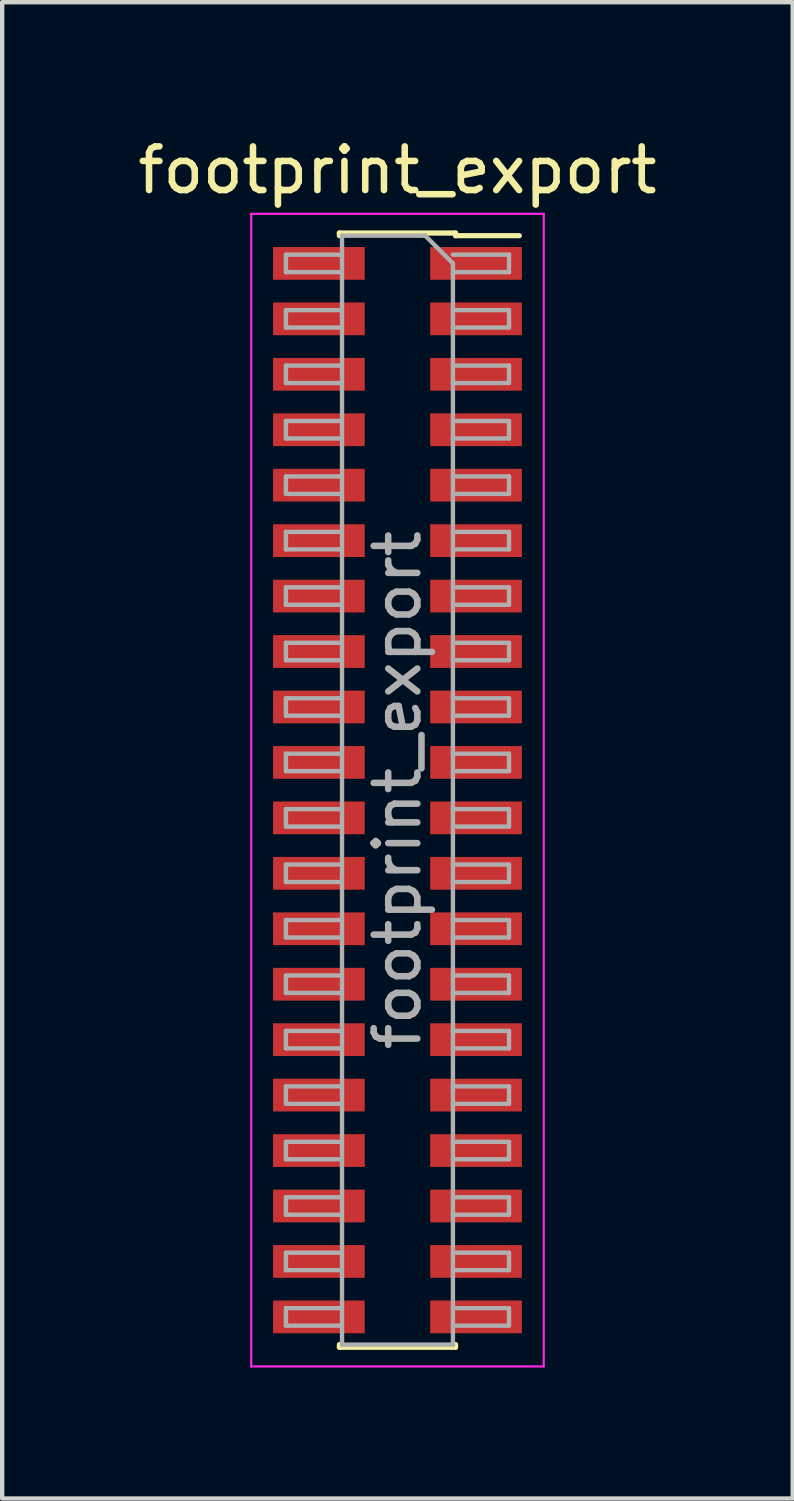
<source format=kicad_pcb>
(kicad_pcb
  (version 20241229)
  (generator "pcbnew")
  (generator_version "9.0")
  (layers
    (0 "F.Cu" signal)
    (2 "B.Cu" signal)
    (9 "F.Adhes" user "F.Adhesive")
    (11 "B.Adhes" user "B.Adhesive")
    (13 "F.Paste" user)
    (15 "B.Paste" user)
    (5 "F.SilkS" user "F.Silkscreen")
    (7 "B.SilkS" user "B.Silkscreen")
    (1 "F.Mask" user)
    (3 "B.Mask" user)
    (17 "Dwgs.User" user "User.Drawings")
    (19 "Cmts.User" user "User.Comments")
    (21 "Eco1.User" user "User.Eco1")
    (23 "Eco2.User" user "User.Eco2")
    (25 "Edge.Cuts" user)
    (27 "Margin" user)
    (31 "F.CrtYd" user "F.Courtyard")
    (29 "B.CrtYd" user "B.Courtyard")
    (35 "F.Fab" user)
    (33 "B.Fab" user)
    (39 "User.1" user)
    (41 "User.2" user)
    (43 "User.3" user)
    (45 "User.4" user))
  (footprint "footprint_export"
    (layer "F.Cu")
    (at 6.054 15.048)
    (property "Reference" "footprint_export" (at 0 -14.2 0) (layer "F.SilkS") (effects (font (size 1 1) (thickness 0.15))))
    (attr smd)
    (fp_line (start -1.33 -12.76) (end -1.33 -12.7) (stroke (width 0.12) (type solid)) (layer "F.SilkS"))
    (fp_line (start -1.33 -12.76) (end 1.33 -12.76) (stroke (width 0.12) (type solid)) (layer "F.SilkS"))
    (fp_line (start -1.33 12.7) (end -1.33 12.76) (stroke (width 0.12) (type solid)) (layer "F.SilkS"))
    (fp_line (start -1.33 12.76) (end 1.33 12.76) (stroke (width 0.12) (type solid)) (layer "F.SilkS"))
    (fp_line (start 1.33 -12.76) (end 1.33 -12.7) (stroke (width 0.12) (type solid)) (layer "F.SilkS"))
    (fp_line (start 1.33 -12.7) (end 2.79 -12.7) (stroke (width 0.12) (type solid)) (layer "F.SilkS"))
    (fp_line (start 1.33 12.7) (end 1.33 12.76) (stroke (width 0.12) (type solid)) (layer "F.SilkS"))
    (fp_line (start -3.35 -13.2) (end 3.35 -13.2) (stroke (width 0.05) (type solid)) (layer "F.CrtYd"))
    (fp_line (start -3.35 13.2) (end -3.35 -13.2) (stroke (width 0.05) (type solid)) (layer "F.CrtYd"))
    (fp_line (start 3.35 -13.2) (end 3.35 13.2) (stroke (width 0.05) (type solid)) (layer "F.CrtYd"))
    (fp_line (start 3.35 13.2) (end -3.35 13.2) (stroke (width 0.05) (type solid)) (layer "F.CrtYd"))
    (fp_line (start -2.555 -12.265) (end -1.27 -12.265) (stroke (width 0.1) (type solid)) (layer "F.Fab"))
    (fp_line (start -2.555 -11.865) (end -2.555 -12.265) (stroke (width 0.1) (type solid)) (layer "F.Fab"))
    (fp_line (start -2.555 -10.995) (end -1.27 -10.995) (stroke (width 0.1) (type solid)) (layer "F.Fab"))
    (fp_line (start -2.555 -10.595) (end -2.555 -10.995) (stroke (width 0.1) (type solid)) (layer "F.Fab"))
    (fp_line (start -2.555 -9.725) (end -1.27 -9.725) (stroke (width 0.1) (type solid)) (layer "F.Fab"))
    (fp_line (start -2.555 -9.325) (end -2.555 -9.725) (stroke (width 0.1) (type solid)) (layer "F.Fab"))
    (fp_line (start -2.555 -8.455) (end -1.27 -8.455) (stroke (width 0.1) (type solid)) (layer "F.Fab"))
    (fp_line (start -2.555 -8.055) (end -2.555 -8.455) (stroke (width 0.1) (type solid)) (layer "F.Fab"))
    (fp_line (start -2.555 -7.185) (end -1.27 -7.185) (stroke (width 0.1) (type solid)) (layer "F.Fab"))
    (fp_line (start -2.555 -6.785) (end -2.555 -7.185) (stroke (width 0.1) (type solid)) (layer "F.Fab"))
    (fp_line (start -2.555 -5.915) (end -1.27 -5.915) (stroke (width 0.1) (type solid)) (layer "F.Fab"))
    (fp_line (start -2.555 -5.515) (end -2.555 -5.915) (stroke (width 0.1) (type solid)) (layer "F.Fab"))
    (fp_line (start -2.555 -4.645) (end -1.27 -4.645) (stroke (width 0.1) (type solid)) (layer "F.Fab"))
    (fp_line (start -2.555 -4.245) (end -2.555 -4.645) (stroke (width 0.1) (type solid)) (layer "F.Fab"))
    (fp_line (start -2.555 -3.375) (end -1.27 -3.375) (stroke (width 0.1) (type solid)) (layer "F.Fab"))
    (fp_line (start -2.555 -2.975) (end -2.555 -3.375) (stroke (width 0.1) (type solid)) (layer "F.Fab"))
    (fp_line (start -2.555 -2.105) (end -1.27 -2.105) (stroke (width 0.1) (type solid)) (layer "F.Fab"))
    (fp_line (start -2.555 -1.705) (end -2.555 -2.105) (stroke (width 0.1) (type solid)) (layer "F.Fab"))
    (fp_line (start -2.555 -0.835) (end -1.27 -0.835) (stroke (width 0.1) (type solid)) (layer "F.Fab"))
    (fp_line (start -2.555 -0.435) (end -2.555 -0.835) (stroke (width 0.1) (type solid)) (layer "F.Fab"))
    (fp_line (start -2.555 0.435) (end -1.27 0.435) (stroke (width 0.1) (type solid)) (layer "F.Fab"))
    (fp_line (start -2.555 0.835) (end -2.555 0.435) (stroke (width 0.1) (type solid)) (layer "F.Fab"))
    (fp_line (start -2.555 1.705) (end -1.27 1.705) (stroke (width 0.1) (type solid)) (layer "F.Fab"))
    (fp_line (start -2.555 2.105) (end -2.555 1.705) (stroke (width 0.1) (type solid)) (layer "F.Fab"))
    (fp_line (start -2.555 2.975) (end -1.27 2.975) (stroke (width 0.1) (type solid)) (layer "F.Fab"))
    (fp_line (start -2.555 3.375) (end -2.555 2.975) (stroke (width 0.1) (type solid)) (layer "F.Fab"))
    (fp_line (start -2.555 4.245) (end -1.27 4.245) (stroke (width 0.1) (type solid)) (layer "F.Fab"))
    (fp_line (start -2.555 4.645) (end -2.555 4.245) (stroke (width 0.1) (type solid)) (layer "F.Fab"))
    (fp_line (start -2.555 5.515) (end -1.27 5.515) (stroke (width 0.1) (type solid)) (layer "F.Fab"))
    (fp_line (start -2.555 5.915) (end -2.555 5.515) (stroke (width 0.1) (type solid)) (layer "F.Fab"))
    (fp_line (start -2.555 6.785) (end -1.27 6.785) (stroke (width 0.1) (type solid)) (layer "F.Fab"))
    (fp_line (start -2.555 7.185) (end -2.555 6.785) (stroke (width 0.1) (type solid)) (layer "F.Fab"))
    (fp_line (start -2.555 8.055) (end -1.27 8.055) (stroke (width 0.1) (type solid)) (layer "F.Fab"))
    (fp_line (start -2.555 8.455) (end -2.555 8.055) (stroke (width 0.1) (type solid)) (layer "F.Fab"))
    (fp_line (start -2.555 9.325) (end -1.27 9.325) (stroke (width 0.1) (type solid)) (layer "F.Fab"))
    (fp_line (start -2.555 9.725) (end -2.555 9.325) (stroke (width 0.1) (type solid)) (layer "F.Fab"))
    (fp_line (start -2.555 10.595) (end -1.27 10.595) (stroke (width 0.1) (type solid)) (layer "F.Fab"))
    (fp_line (start -2.555 10.995) (end -2.555 10.595) (stroke (width 0.1) (type solid)) (layer "F.Fab"))
    (fp_line (start -2.555 11.865) (end -1.27 11.865) (stroke (width 0.1) (type solid)) (layer "F.Fab"))
    (fp_line (start -2.555 12.265) (end -2.555 11.865) (stroke (width 0.1) (type solid)) (layer "F.Fab"))
    (fp_line (start -1.27 -12.7) (end 0.635 -12.7) (stroke (width 0.1) (type solid)) (layer "F.Fab"))
    (fp_line (start -1.27 -11.865) (end -2.555 -11.865) (stroke (width 0.1) (type solid)) (layer "F.Fab"))
    (fp_line (start -1.27 -10.595) (end -2.555 -10.595) (stroke (width 0.1) (type solid)) (layer "F.Fab"))
    (fp_line (start -1.27 -9.325) (end -2.555 -9.325) (stroke (width 0.1) (type solid)) (layer "F.Fab"))
    (fp_line (start -1.27 -8.055) (end -2.555 -8.055) (stroke (width 0.1) (type solid)) (layer "F.Fab"))
    (fp_line (start -1.27 -6.785) (end -2.555 -6.785) (stroke (width 0.1) (type solid)) (layer "F.Fab"))
    (fp_line (start -1.27 -5.515) (end -2.555 -5.515) (stroke (width 0.1) (type solid)) (layer "F.Fab"))
    (fp_line (start -1.27 -4.245) (end -2.555 -4.245) (stroke (width 0.1) (type solid)) (layer "F.Fab"))
    (fp_line (start -1.27 -2.975) (end -2.555 -2.975) (stroke (width 0.1) (type solid)) (layer "F.Fab"))
    (fp_line (start -1.27 -1.705) (end -2.555 -1.705) (stroke (width 0.1) (type solid)) (layer "F.Fab"))
    (fp_line (start -1.27 -0.435) (end -2.555 -0.435) (stroke (width 0.1) (type solid)) (layer "F.Fab"))
    (fp_line (start -1.27 0.835) (end -2.555 0.835) (stroke (width 0.1) (type solid)) (layer "F.Fab"))
    (fp_line (start -1.27 2.105) (end -2.555 2.105) (stroke (width 0.1) (type solid)) (layer "F.Fab"))
    (fp_line (start -1.27 3.375) (end -2.555 3.375) (stroke (width 0.1) (type solid)) (layer "F.Fab"))
    (fp_line (start -1.27 4.645) (end -2.555 4.645) (stroke (width 0.1) (type solid)) (layer "F.Fab"))
    (fp_line (start -1.27 5.915) (end -2.555 5.915) (stroke (width 0.1) (type solid)) (layer "F.Fab"))
    (fp_line (start -1.27 7.185) (end -2.555 7.185) (stroke (width 0.1) (type solid)) (layer "F.Fab"))
    (fp_line (start -1.27 8.455) (end -2.555 8.455) (stroke (width 0.1) (type solid)) (layer "F.Fab"))
    (fp_line (start -1.27 9.725) (end -2.555 9.725) (stroke (width 0.1) (type solid)) (layer "F.Fab"))
    (fp_line (start -1.27 10.995) (end -2.555 10.995) (stroke (width 0.1) (type solid)) (layer "F.Fab"))
    (fp_line (start -1.27 12.265) (end -2.555 12.265) (stroke (width 0.1) (type solid)) (layer "F.Fab"))
    (fp_line (start -1.27 12.7) (end -1.27 -12.7) (stroke (width 0.1) (type solid)) (layer "F.Fab"))
    (fp_line (start 0.635 -12.7) (end 1.27 -12.065) (stroke (width 0.1) (type solid)) (layer "F.Fab"))
    (fp_line (start 1.27 -12.265) (end 2.555 -12.265) (stroke (width 0.1) (type solid)) (layer "F.Fab"))
    (fp_line (start 1.27 -12.065) (end 1.27 12.7) (stroke (width 0.1) (type solid)) (layer "F.Fab"))
    (fp_line (start 1.27 -10.995) (end 2.555 -10.995) (stroke (width 0.1) (type solid)) (layer "F.Fab"))
    (fp_line (start 1.27 -9.725) (end 2.555 -9.725) (stroke (width 0.1) (type solid)) (layer "F.Fab"))
    (fp_line (start 1.27 -8.455) (end 2.555 -8.455) (stroke (width 0.1) (type solid)) (layer "F.Fab"))
    (fp_line (start 1.27 -7.185) (end 2.555 -7.185) (stroke (width 0.1) (type solid)) (layer "F.Fab"))
    (fp_line (start 1.27 -5.915) (end 2.555 -5.915) (stroke (width 0.1) (type solid)) (layer "F.Fab"))
    (fp_line (start 1.27 -4.645) (end 2.555 -4.645) (stroke (width 0.1) (type solid)) (layer "F.Fab"))
    (fp_line (start 1.27 -3.375) (end 2.555 -3.375) (stroke (width 0.1) (type solid)) (layer "F.Fab"))
    (fp_line (start 1.27 -2.105) (end 2.555 -2.105) (stroke (width 0.1) (type solid)) (layer "F.Fab"))
    (fp_line (start 1.27 -0.835) (end 2.555 -0.835) (stroke (width 0.1) (type solid)) (layer "F.Fab"))
    (fp_line (start 1.27 0.435) (end 2.555 0.435) (stroke (width 0.1) (type solid)) (layer "F.Fab"))
    (fp_line (start 1.27 1.705) (end 2.555 1.705) (stroke (width 0.1) (type solid)) (layer "F.Fab"))
    (fp_line (start 1.27 2.975) (end 2.555 2.975) (stroke (width 0.1) (type solid)) (layer "F.Fab"))
    (fp_line (start 1.27 4.245) (end 2.555 4.245) (stroke (width 0.1) (type solid)) (layer "F.Fab"))
    (fp_line (start 1.27 5.515) (end 2.555 5.515) (stroke (width 0.1) (type solid)) (layer "F.Fab"))
    (fp_line (start 1.27 6.785) (end 2.555 6.785) (stroke (width 0.1) (type solid)) (layer "F.Fab"))
    (fp_line (start 1.27 8.055) (end 2.555 8.055) (stroke (width 0.1) (type solid)) (layer "F.Fab"))
    (fp_line (start 1.27 9.325) (end 2.555 9.325) (stroke (width 0.1) (type solid)) (layer "F.Fab"))
    (fp_line (start 1.27 10.595) (end 2.555 10.595) (stroke (width 0.1) (type solid)) (layer "F.Fab"))
    (fp_line (start 1.27 11.865) (end 2.555 11.865) (stroke (width 0.1) (type solid)) (layer "F.Fab"))
    (fp_line (start 1.27 12.7) (end -1.27 12.7) (stroke (width 0.1) (type solid)) (layer "F.Fab"))
    (fp_line (start 2.555 -12.265) (end 2.555 -11.865) (stroke (width 0.1) (type solid)) (layer "F.Fab"))
    (fp_line (start 2.555 -11.865) (end 1.27 -11.865) (stroke (width 0.1) (type solid)) (layer "F.Fab"))
    (fp_line (start 2.555 -10.995) (end 2.555 -10.595) (stroke (width 0.1) (type solid)) (layer "F.Fab"))
    (fp_line (start 2.555 -10.595) (end 1.27 -10.595) (stroke (width 0.1) (type solid)) (layer "F.Fab"))
    (fp_line (start 2.555 -9.725) (end 2.555 -9.325) (stroke (width 0.1) (type solid)) (layer "F.Fab"))
    (fp_line (start 2.555 -9.325) (end 1.27 -9.325) (stroke (width 0.1) (type solid)) (layer "F.Fab"))
    (fp_line (start 2.555 -8.455) (end 2.555 -8.055) (stroke (width 0.1) (type solid)) (layer "F.Fab"))
    (fp_line (start 2.555 -8.055) (end 1.27 -8.055) (stroke (width 0.1) (type solid)) (layer "F.Fab"))
    (fp_line (start 2.555 -7.185) (end 2.555 -6.785) (stroke (width 0.1) (type solid)) (layer "F.Fab"))
    (fp_line (start 2.555 -6.785) (end 1.27 -6.785) (stroke (width 0.1) (type solid)) (layer "F.Fab"))
    (fp_line (start 2.555 -5.915) (end 2.555 -5.515) (stroke (width 0.1) (type solid)) (layer "F.Fab"))
    (fp_line (start 2.555 -5.515) (end 1.27 -5.515) (stroke (width 0.1) (type solid)) (layer "F.Fab"))
    (fp_line (start 2.555 -4.645) (end 2.555 -4.245) (stroke (width 0.1) (type solid)) (layer "F.Fab"))
    (fp_line (start 2.555 -4.245) (end 1.27 -4.245) (stroke (width 0.1) (type solid)) (layer "F.Fab"))
    (fp_line (start 2.555 -3.375) (end 2.555 -2.975) (stroke (width 0.1) (type solid)) (layer "F.Fab"))
    (fp_line (start 2.555 -2.975) (end 1.27 -2.975) (stroke (width 0.1) (type solid)) (layer "F.Fab"))
    (fp_line (start 2.555 -2.105) (end 2.555 -1.705) (stroke (width 0.1) (type solid)) (layer "F.Fab"))
    (fp_line (start 2.555 -1.705) (end 1.27 -1.705) (stroke (width 0.1) (type solid)) (layer "F.Fab"))
    (fp_line (start 2.555 -0.835) (end 2.555 -0.435) (stroke (width 0.1) (type solid)) (layer "F.Fab"))
    (fp_line (start 2.555 -0.435) (end 1.27 -0.435) (stroke (width 0.1) (type solid)) (layer "F.Fab"))
    (fp_line (start 2.555 0.435) (end 2.555 0.835) (stroke (width 0.1) (type solid)) (layer "F.Fab"))
    (fp_line (start 2.555 0.835) (end 1.27 0.835) (stroke (width 0.1) (type solid)) (layer "F.Fab"))
    (fp_line (start 2.555 1.705) (end 2.555 2.105) (stroke (width 0.1) (type solid)) (layer "F.Fab"))
    (fp_line (start 2.555 2.105) (end 1.27 2.105) (stroke (width 0.1) (type solid)) (layer "F.Fab"))
    (fp_line (start 2.555 2.975) (end 2.555 3.375) (stroke (width 0.1) (type solid)) (layer "F.Fab"))
    (fp_line (start 2.555 3.375) (end 1.27 3.375) (stroke (width 0.1) (type solid)) (layer "F.Fab"))
    (fp_line (start 2.555 4.245) (end 2.555 4.645) (stroke (width 0.1) (type solid)) (layer "F.Fab"))
    (fp_line (start 2.555 4.645) (end 1.27 4.645) (stroke (width 0.1) (type solid)) (layer "F.Fab"))
    (fp_line (start 2.555 5.515) (end 2.555 5.915) (stroke (width 0.1) (type solid)) (layer "F.Fab"))
    (fp_line (start 2.555 5.915) (end 1.27 5.915) (stroke (width 0.1) (type solid)) (layer "F.Fab"))
    (fp_line (start 2.555 6.785) (end 2.555 7.185) (stroke (width 0.1) (type solid)) (layer "F.Fab"))
    (fp_line (start 2.555 7.185) (end 1.27 7.185) (stroke (width 0.1) (type solid)) (layer "F.Fab"))
    (fp_line (start 2.555 8.055) (end 2.555 8.455) (stroke (width 0.1) (type solid)) (layer "F.Fab"))
    (fp_line (start 2.555 8.455) (end 1.27 8.455) (stroke (width 0.1) (type solid)) (layer "F.Fab"))
    (fp_line (start 2.555 9.325) (end 2.555 9.725) (stroke (width 0.1) (type solid)) (layer "F.Fab"))
    (fp_line (start 2.555 9.725) (end 1.27 9.725) (stroke (width 0.1) (type solid)) (layer "F.Fab"))
    (fp_line (start 2.555 10.595) (end 2.555 10.995) (stroke (width 0.1) (type solid)) (layer "F.Fab"))
    (fp_line (start 2.555 10.995) (end 1.27 10.995) (stroke (width 0.1) (type solid)) (layer "F.Fab"))
    (fp_line (start 2.555 11.865) (end 2.555 12.265) (stroke (width 0.1) (type solid)) (layer "F.Fab"))
    (fp_line (start 2.555 12.265) (end 1.27 12.265) (stroke (width 0.1) (type solid)) (layer "F.Fab"))
    (fp_text user "${REFERENCE}" (at 0 0 90) (layer "F.Fab") (effects (font (size 1 1) (thickness 0.15))))
    (pad "1" smd rect (at 1.8 -12.065) (size 2.1 0.75) (layers "F.Cu" "F.Mask" "F.Paste"))
    (pad "2" smd rect (at -1.8 -12.065) (size 2.1 0.75) (layers "F.Cu" "F.Mask" "F.Paste"))
    (pad "3" smd rect (at 1.8 -10.795) (size 2.1 0.75) (layers "F.Cu" "F.Mask" "F.Paste"))
    (pad "4" smd rect (at -1.8 -10.795) (size 2.1 0.75) (layers "F.Cu" "F.Mask" "F.Paste"))
    (pad "5" smd rect (at 1.8 -9.525) (size 2.1 0.75) (layers "F.Cu" "F.Mask" "F.Paste"))
    (pad "6" smd rect (at -1.8 -9.525) (size 2.1 0.75) (layers "F.Cu" "F.Mask" "F.Paste"))
    (pad "7" smd rect (at 1.8 -8.255) (size 2.1 0.75) (layers "F.Cu" "F.Mask" "F.Paste"))
    (pad "8" smd rect (at -1.8 -8.255) (size 2.1 0.75) (layers "F.Cu" "F.Mask" "F.Paste"))
    (pad "9" smd rect (at 1.8 -6.985) (size 2.1 0.75) (layers "F.Cu" "F.Mask" "F.Paste"))
    (pad "10" smd rect (at -1.8 -6.985) (size 2.1 0.75) (layers "F.Cu" "F.Mask" "F.Paste"))
    (pad "11" smd rect (at 1.8 -5.715) (size 2.1 0.75) (layers "F.Cu" "F.Mask" "F.Paste"))
    (pad "12" smd rect (at -1.8 -5.715) (size 2.1 0.75) (layers "F.Cu" "F.Mask" "F.Paste"))
    (pad "13" smd rect (at 1.8 -4.445) (size 2.1 0.75) (layers "F.Cu" "F.Mask" "F.Paste"))
    (pad "14" smd rect (at -1.8 -4.445) (size 2.1 0.75) (layers "F.Cu" "F.Mask" "F.Paste"))
    (pad "15" smd rect (at 1.8 -3.175) (size 2.1 0.75) (layers "F.Cu" "F.Mask" "F.Paste"))
    (pad "16" smd rect (at -1.8 -3.175) (size 2.1 0.75) (layers "F.Cu" "F.Mask" "F.Paste"))
    (pad "17" smd rect (at 1.8 -1.905) (size 2.1 0.75) (layers "F.Cu" "F.Mask" "F.Paste"))
    (pad "18" smd rect (at -1.8 -1.905) (size 2.1 0.75) (layers "F.Cu" "F.Mask" "F.Paste"))
    (pad "19" smd rect (at 1.8 -0.635) (size 2.1 0.75) (layers "F.Cu" "F.Mask" "F.Paste"))
    (pad "20" smd rect (at -1.8 -0.635) (size 2.1 0.75) (layers "F.Cu" "F.Mask" "F.Paste"))
    (pad "21" smd rect (at 1.8 0.635) (size 2.1 0.75) (layers "F.Cu" "F.Mask" "F.Paste"))
    (pad "22" smd rect (at -1.8 0.635) (size 2.1 0.75) (layers "F.Cu" "F.Mask" "F.Paste"))
    (pad "23" smd rect (at 1.8 1.905) (size 2.1 0.75) (layers "F.Cu" "F.Mask" "F.Paste"))
    (pad "24" smd rect (at -1.8 1.905) (size 2.1 0.75) (layers "F.Cu" "F.Mask" "F.Paste"))
    (pad "25" smd rect (at 1.8 3.175) (size 2.1 0.75) (layers "F.Cu" "F.Mask" "F.Paste"))
    (pad "26" smd rect (at -1.8 3.175) (size 2.1 0.75) (layers "F.Cu" "F.Mask" "F.Paste"))
    (pad "27" smd rect (at 1.8 4.445) (size 2.1 0.75) (layers "F.Cu" "F.Mask" "F.Paste"))
    (pad "28" smd rect (at -1.8 4.445) (size 2.1 0.75) (layers "F.Cu" "F.Mask" "F.Paste"))
    (pad "29" smd rect (at 1.8 5.715) (size 2.1 0.75) (layers "F.Cu" "F.Mask" "F.Paste"))
    (pad "30" smd rect (at -1.8 5.715) (size 2.1 0.75) (layers "F.Cu" "F.Mask" "F.Paste"))
    (pad "31" smd rect (at 1.8 6.985) (size 2.1 0.75) (layers "F.Cu" "F.Mask" "F.Paste"))
    (pad "32" smd rect (at -1.8 6.985) (size 2.1 0.75) (layers "F.Cu" "F.Mask" "F.Paste"))
    (pad "33" smd rect (at 1.8 8.255) (size 2.1 0.75) (layers "F.Cu" "F.Mask" "F.Paste"))
    (pad "34" smd rect (at -1.8 8.255) (size 2.1 0.75) (layers "F.Cu" "F.Mask" "F.Paste"))
    (pad "35" smd rect (at 1.8 9.525) (size 2.1 0.75) (layers "F.Cu" "F.Mask" "F.Paste"))
    (pad "36" smd rect (at -1.8 9.525) (size 2.1 0.75) (layers "F.Cu" "F.Mask" "F.Paste"))
    (pad "37" smd rect (at 1.8 10.795) (size 2.1 0.75) (layers "F.Cu" "F.Mask" "F.Paste"))
    (pad "38" smd rect (at -1.8 10.795) (size 2.1 0.75) (layers "F.Cu" "F.Mask" "F.Paste"))
    (pad "39" smd rect (at 1.8 12.065) (size 2.1 0.75) (layers "F.Cu" "F.Mask" "F.Paste"))
    (pad "40" smd rect (at -1.8 12.065) (size 2.1 0.75) (layers "F.Cu" "F.Mask" "F.Paste")))
  (gr_rect
    (start -3 -3)
    (end 15.107 31.273)
    (stroke (width 0.1) (type default))
    (fill no)
    (layer "Edge.Cuts")))
</source>
